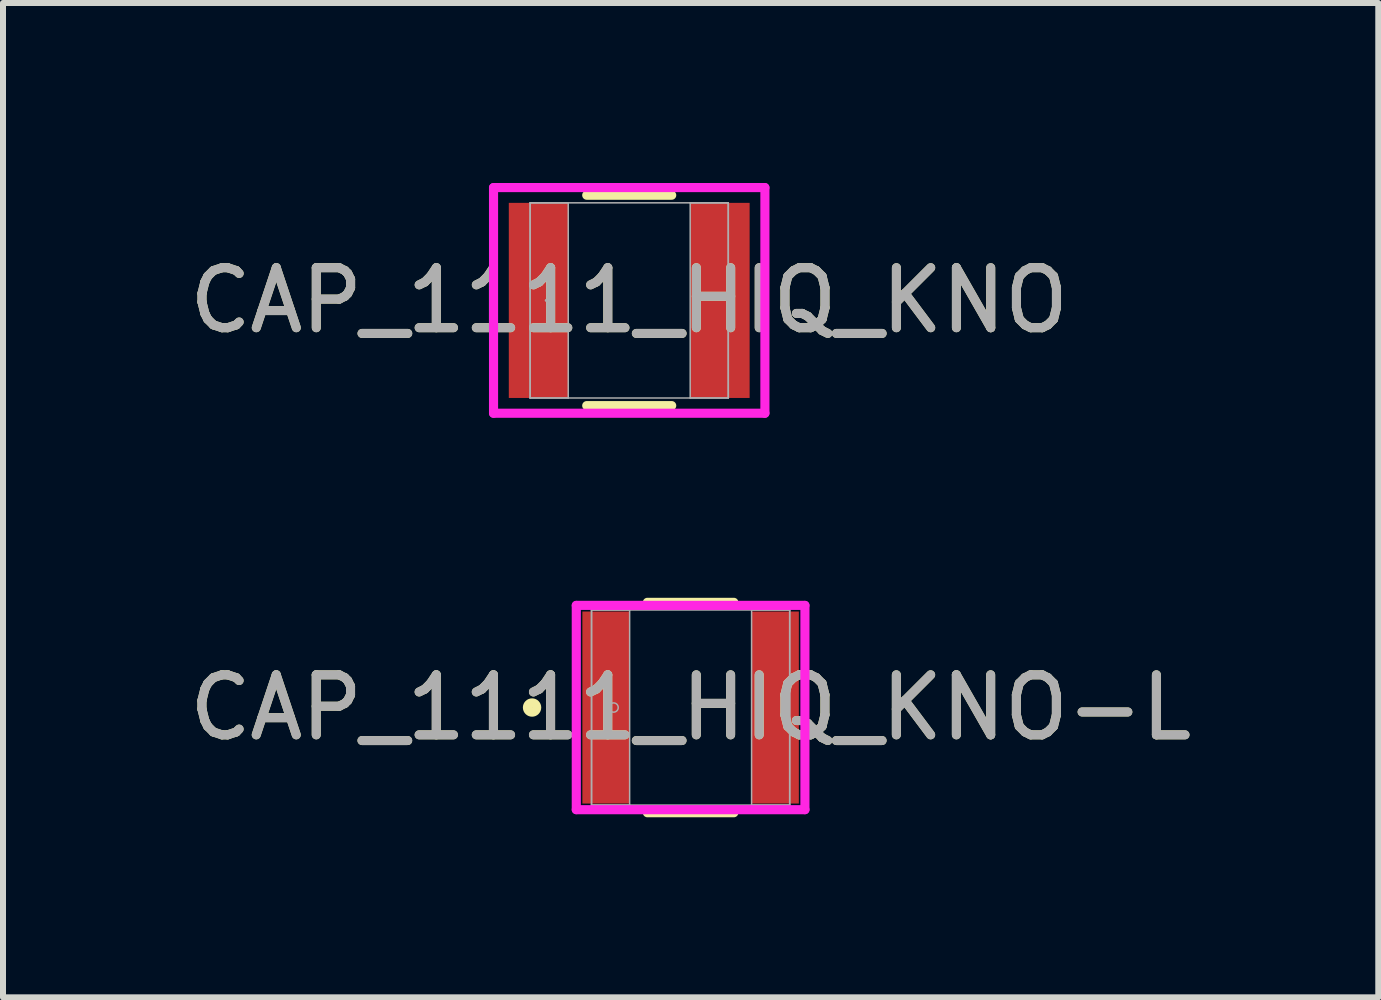
<source format=kicad_pcb>
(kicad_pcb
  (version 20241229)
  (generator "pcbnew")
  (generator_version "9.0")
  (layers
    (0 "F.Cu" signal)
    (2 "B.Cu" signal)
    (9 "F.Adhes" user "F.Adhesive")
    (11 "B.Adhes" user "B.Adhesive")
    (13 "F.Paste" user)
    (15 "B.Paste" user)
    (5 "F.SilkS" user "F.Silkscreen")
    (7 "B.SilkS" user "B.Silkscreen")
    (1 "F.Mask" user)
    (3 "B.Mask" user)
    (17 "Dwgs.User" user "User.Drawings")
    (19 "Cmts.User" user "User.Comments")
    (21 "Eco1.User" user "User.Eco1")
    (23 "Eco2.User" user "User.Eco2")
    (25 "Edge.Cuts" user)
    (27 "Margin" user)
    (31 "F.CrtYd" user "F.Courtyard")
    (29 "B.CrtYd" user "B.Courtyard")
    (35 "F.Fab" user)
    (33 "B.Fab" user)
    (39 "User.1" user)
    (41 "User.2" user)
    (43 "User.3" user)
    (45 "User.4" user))
  (footprint "CAP_1111_HIQ_KNO-L"
    (layer "F.Cu")
    (at 8.458 8.74)
    (property "Reference" "CAP_1111_HIQ_KNO-L" (at 0 0 0) (unlocked yes) (layer "F.SilkS") (effects (font (size 1 1) (thickness 0.15))))
    (attr smd)
    (fp_line (start -0.72 1.753) (end 0.72 1.753) (stroke (width 0.152) (type solid)) (layer "F.SilkS"))
    (fp_line (start 0.72 -1.753) (end -0.72 -1.753) (stroke (width 0.152) (type solid)) (layer "F.SilkS"))
    (fp_circle (center -2.642 0) (end -2.565 0) (stroke (width 0.152) (type solid)) (fill no) (layer "F.SilkS"))
    (fp_line (start -1.905 -1.702) (end 1.905 -1.702) (stroke (width 0.152) (type solid)) (layer "F.CrtYd"))
    (fp_line (start -1.905 1.702) (end -1.905 -1.702) (stroke (width 0.152) (type solid)) (layer "F.CrtYd"))
    (fp_line (start 1.905 -1.702) (end 1.905 1.702) (stroke (width 0.152) (type solid)) (layer "F.CrtYd"))
    (fp_line (start 1.905 1.702) (end -1.905 1.702) (stroke (width 0.152) (type solid)) (layer "F.CrtYd"))
    (fp_line (start -1.651 -1.626) (end -1.651 1.626) (stroke (width 0.025) (type solid)) (layer "F.Fab"))
    (fp_line (start -1.651 -1.626) (end -1.651 1.626) (stroke (width 0.025) (type solid)) (layer "F.Fab"))
    (fp_line (start -1.651 1.626) (end -1.016 1.626) (stroke (width 0.025) (type solid)) (layer "F.Fab"))
    (fp_line (start -1.651 1.626) (end 1.651 1.626) (stroke (width 0.025) (type solid)) (layer "F.Fab"))
    (fp_line (start -1.016 -1.626) (end -1.651 -1.626) (stroke (width 0.025) (type solid)) (layer "F.Fab"))
    (fp_line (start -1.016 1.626) (end -1.016 -1.626) (stroke (width 0.025) (type solid)) (layer "F.Fab"))
    (fp_line (start 1.016 -1.626) (end 1.016 1.626) (stroke (width 0.025) (type solid)) (layer "F.Fab"))
    (fp_line (start 1.016 1.626) (end 1.651 1.626) (stroke (width 0.025) (type solid)) (layer "F.Fab"))
    (fp_line (start 1.651 -1.626) (end -1.651 -1.626) (stroke (width 0.025) (type solid)) (layer "F.Fab"))
    (fp_line (start 1.651 -1.626) (end 1.016 -1.626) (stroke (width 0.025) (type solid)) (layer "F.Fab"))
    (fp_line (start 1.651 1.626) (end 1.651 -1.626) (stroke (width 0.025) (type solid)) (layer "F.Fab"))
    (fp_line (start 1.651 1.626) (end 1.651 -1.626) (stroke (width 0.025) (type solid)) (layer "F.Fab"))
    (fp_circle (center -1.283 0) (end -1.206 0) (stroke (width 0.025) (type solid)) (fill no) (layer "F.Fab"))
    (fp_text user "${REFERENCE}" (at 0 0 0) (unlocked yes) (layer "F.Fab") (effects (font (size 1 1) (thickness 0.15))))
    (pad "1" smd rect (at -1.41 0) (size 0.787 3.2) (layers "F.Cu" "F.Mask" "F.Paste"))
    (pad "2" smd rect (at 1.41 0) (size 0.787 3.2) (layers "F.Cu" "F.Mask" "F.Paste"))
    (zone (net_name "") (layer "F.Cu") (hatch full 0.508) (connect_pads) (min_thickness 0.254) (filled_areas_thickness no) (keepout (tracks not_allowed) (vias not_allowed) (pads allowed) (copperpour not_allowed) (footprints allowed)) (placement (enabled no)) (fill) (polygon (pts (xy 7.493 7.166) (xy 9.424 7.166) (xy 9.424 10.315) (xy 7.493 10.315)))))
  (footprint "CAP_1111_HIQ_KNO"
    (layer "F.Cu")
    (at 7.435 1.956)
    (property "Reference" "CAP_1111_HIQ_KNO" (at 0 0 0) (unlocked yes) (layer "F.SilkS") (effects (font (size 1 1) (thickness 0.15))))
    (attr smd)
    (fp_line (start -0.708 1.753) (end 0.708 1.753) (stroke (width 0.152) (type solid)) (layer "F.SilkS"))
    (fp_line (start 0.708 -1.753) (end -0.708 -1.753) (stroke (width 0.152) (type solid)) (layer "F.SilkS"))
    (fp_line (start -2.261 -1.88) (end 2.261 -1.88) (stroke (width 0.152) (type solid)) (layer "F.CrtYd"))
    (fp_line (start -2.261 1.88) (end -2.261 -1.88) (stroke (width 0.152) (type solid)) (layer "F.CrtYd"))
    (fp_line (start 2.261 -1.88) (end 2.261 1.88) (stroke (width 0.152) (type solid)) (layer "F.CrtYd"))
    (fp_line (start 2.261 1.88) (end -2.261 1.88) (stroke (width 0.152) (type solid)) (layer "F.CrtYd"))
    (fp_line (start -1.651 -1.626) (end -1.651 1.626) (stroke (width 0.025) (type solid)) (layer "F.Fab"))
    (fp_line (start -1.651 -1.626) (end -1.651 1.626) (stroke (width 0.025) (type solid)) (layer "F.Fab"))
    (fp_line (start -1.651 1.626) (end -1.016 1.626) (stroke (width 0.025) (type solid)) (layer "F.Fab"))
    (fp_line (start -1.651 1.626) (end 1.651 1.626) (stroke (width 0.025) (type solid)) (layer "F.Fab"))
    (fp_line (start -1.016 -1.626) (end -1.651 -1.626) (stroke (width 0.025) (type solid)) (layer "F.Fab"))
    (fp_line (start -1.016 1.626) (end -1.016 -1.626) (stroke (width 0.025) (type solid)) (layer "F.Fab"))
    (fp_line (start 1.016 -1.626) (end 1.016 1.626) (stroke (width 0.025) (type solid)) (layer "F.Fab"))
    (fp_line (start 1.016 1.626) (end 1.651 1.626) (stroke (width 0.025) (type solid)) (layer "F.Fab"))
    (fp_line (start 1.651 -1.626) (end -1.651 -1.626) (stroke (width 0.025) (type solid)) (layer "F.Fab"))
    (fp_line (start 1.651 -1.626) (end 1.016 -1.626) (stroke (width 0.025) (type solid)) (layer "F.Fab"))
    (fp_line (start 1.651 1.626) (end 1.651 -1.626) (stroke (width 0.025) (type solid)) (layer "F.Fab"))
    (fp_line (start 1.651 1.626) (end 1.651 -1.626) (stroke (width 0.025) (type solid)) (layer "F.Fab"))
    (fp_circle (center -1.384 0) (end -1.384 0) (stroke (width 0.025) (type solid)) (fill no) (layer "F.Fab"))
    (fp_text user "${REFERENCE}" (at 0 0 0) (unlocked yes) (layer "F.Fab") (effects (font (size 1 1) (thickness 0.15))))
    (pad "1" smd rect (at -1.511 0) (size 0.991 3.251) (layers "F.Cu" "F.Mask" "F.Paste"))
    (pad "2" smd rect (at 1.511 0) (size 0.991 3.251) (layers "F.Cu" "F.Mask" "F.Paste"))
    (zone (net_name "") (layer "F.Cu") (hatch full 0.508) (connect_pads) (min_thickness 0.254) (filled_areas_thickness no) (keepout (tracks not_allowed) (vias not_allowed) (pads allowed) (copperpour not_allowed) (footprints allowed)) (placement (enabled no)) (fill) (polygon (pts (xy 6.469 0.381) (xy 8.4 0.381) (xy 8.4 3.531) (xy 6.469 3.531)))))
  (gr_rect
    (start -3 -3)
    (end 19.917 13.569)
    (stroke (width 0.1) (type default))
    (fill no)
    (layer "Edge.Cuts")))
</source>
